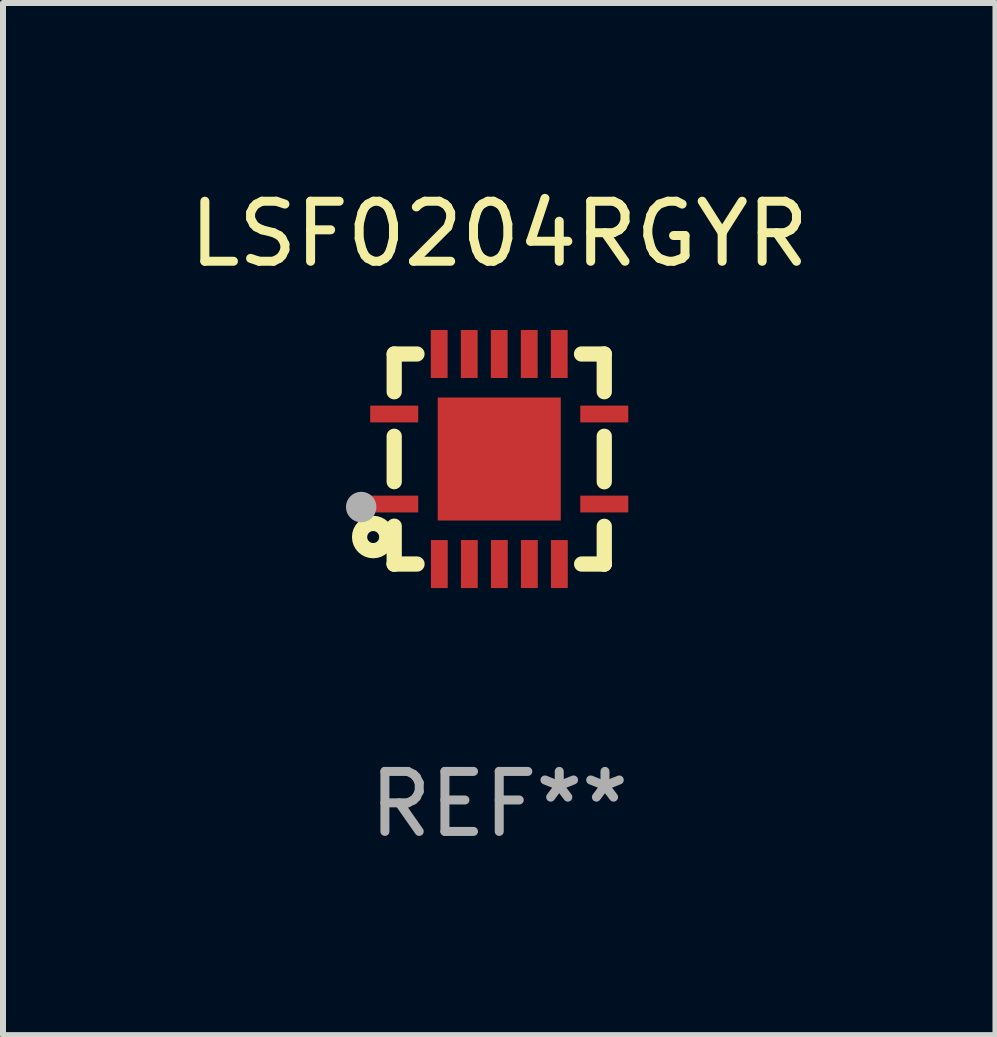
<source format=kicad_pcb>
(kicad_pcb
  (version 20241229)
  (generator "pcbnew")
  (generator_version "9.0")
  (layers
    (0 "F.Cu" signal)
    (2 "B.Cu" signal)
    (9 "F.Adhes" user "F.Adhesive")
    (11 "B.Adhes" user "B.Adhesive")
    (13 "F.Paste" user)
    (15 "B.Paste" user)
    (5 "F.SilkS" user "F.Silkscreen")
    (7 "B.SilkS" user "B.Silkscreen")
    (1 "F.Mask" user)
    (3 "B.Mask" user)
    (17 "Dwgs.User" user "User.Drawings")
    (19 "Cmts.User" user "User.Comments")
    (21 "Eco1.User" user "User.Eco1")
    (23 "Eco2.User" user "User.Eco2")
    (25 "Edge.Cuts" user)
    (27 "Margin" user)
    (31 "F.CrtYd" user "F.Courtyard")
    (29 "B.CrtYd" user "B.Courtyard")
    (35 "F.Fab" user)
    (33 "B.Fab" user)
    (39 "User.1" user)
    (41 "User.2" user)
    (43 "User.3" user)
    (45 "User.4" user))
  (footprint "LSF0204RGYR"
    (layer "F.Cu")
    (at 5.268 4.598)
    (property "Reference" "LSF0204RGYR" (at 0 -3.75 0) (layer "F.SilkS") (effects (font (size 1 1) (thickness 0.15))))
    (attr through_hole)
    (fp_line (start -1.75 1.75) (end -1.37 1.75) (stroke (width 0.254) (type solid)) (layer "F.SilkS"))
    (fp_line (start -1.75 -1.75) (end -1.75 -1.121) (stroke (width 0.254) (type solid)) (layer "F.SilkS"))
    (fp_line (start -1.75 -0.379) (end -1.75 0.377) (stroke (width 0.254) (type solid)) (layer "F.SilkS"))
    (fp_line (start -1.75 1.119) (end -1.75 1.75) (stroke (width 0.254) (type solid)) (layer "F.SilkS"))
    (fp_line (start -1.75 1.75) (end -1.75 1.75) (stroke (width 0.254) (type solid)) (layer "F.SilkS"))
    (fp_line (start -1.371 -1.75) (end -1.75 -1.75) (stroke (width 0.254) (type solid)) (layer "F.SilkS"))
    (fp_line (start 1.373 1.75) (end 1.75 1.75) (stroke (width 0.254) (type solid)) (layer "F.SilkS"))
    (fp_line (start 1.75 1.75) (end 1.75 1.75) (stroke (width 0.254) (type solid)) (layer "F.SilkS"))
    (fp_line (start 1.75 -1.75) (end 1.371 -1.75) (stroke (width 0.254) (type solid)) (layer "F.SilkS"))
    (fp_line (start 1.75 -1.121) (end 1.75 -1.75) (stroke (width 0.254) (type solid)) (layer "F.SilkS"))
    (fp_line (start 1.75 0.379) (end 1.75 -0.379) (stroke (width 0.254) (type solid)) (layer "F.SilkS"))
    (fp_line (start 1.75 1.75) (end 1.75 1.121) (stroke (width 0.254) (type solid)) (layer "F.SilkS"))
    (fp_circle (center -2.1 1.3) (end -2 1.3) (stroke (width 0.254) (type solid)) (fill no) (layer "F.SilkS"))
    (fp_circle (center -1.747 1.751) (end -1.717 1.751) (stroke (width 0.06) (type solid)) (fill no) (layer "F.SilkS"))
    (fp_circle (center -2.3 0.8) (end -2.173 0.8) (stroke (width 0.254) (type solid)) (fill no) (layer "F.Fab"))
    (fp_text user "REF**" (at 0 5.75 0) (layer "F.Fab") (effects (font (size 1 1) (thickness 0.15))))
    (pad "1" smd rect (at -1.75 0.75 270) (size 0.28 0.8) (layers "F.Cu" "F.Mask" "F.Paste"))
    (pad "2" smd rect (at -0.998 1.75 180) (size 0.28 0.8) (layers "F.Cu" "F.Mask" "F.Paste"))
    (pad "3" smd rect (at -0.498 1.75 180) (size 0.28 0.8) (layers "F.Cu" "F.Mask" "F.Paste"))
    (pad "4" smd rect (at 0.002 1.75 180) (size 0.28 0.8) (layers "F.Cu" "F.Mask" "F.Paste"))
    (pad "5" smd rect (at 0.502 1.75 180) (size 0.28 0.8) (layers "F.Cu" "F.Mask" "F.Paste"))
    (pad "6" smd rect (at 1.002 1.75 180) (size 0.28 0.8) (layers "F.Cu" "F.Mask" "F.Paste"))
    (pad "7" smd rect (at 1.75 0.75 270) (size 0.28 0.8) (layers "F.Cu" "F.Mask" "F.Paste"))
    (pad "8" smd rect (at 1.75 -0.75 270) (size 0.28 0.8) (layers "F.Cu" "F.Mask" "F.Paste"))
    (pad "9" smd rect (at 1 -1.75) (size 0.28 0.8) (layers "F.Cu" "F.Mask" "F.Paste"))
    (pad "10" smd rect (at 0.5 -1.75) (size 0.28 0.8) (layers "F.Cu" "F.Mask" "F.Paste"))
    (pad "11" smd rect (at 0 -1.75) (size 0.28 0.8) (layers "F.Cu" "F.Mask" "F.Paste"))
    (pad "12" smd rect (at -0.5 -1.75) (size 0.28 0.8) (layers "F.Cu" "F.Mask" "F.Paste"))
    (pad "13" smd rect (at -1 -1.75) (size 0.28 0.8) (layers "F.Cu" "F.Mask" "F.Paste"))
    (pad "14" smd rect (at -1.75 -0.75 90) (size 0.28 0.8) (layers "F.Cu" "F.Mask" "F.Paste"))
    (pad "15" smd rect (at 0 0 180) (size 2.05 2.05) (layers "F.Cu" "F.Mask" "F.Paste")))
  (gr_rect
    (start -3 -3)
    (end 13.536 14.197)
    (stroke (width 0.1) (type default))
    (fill no)
    (layer "Edge.Cuts")))
</source>
